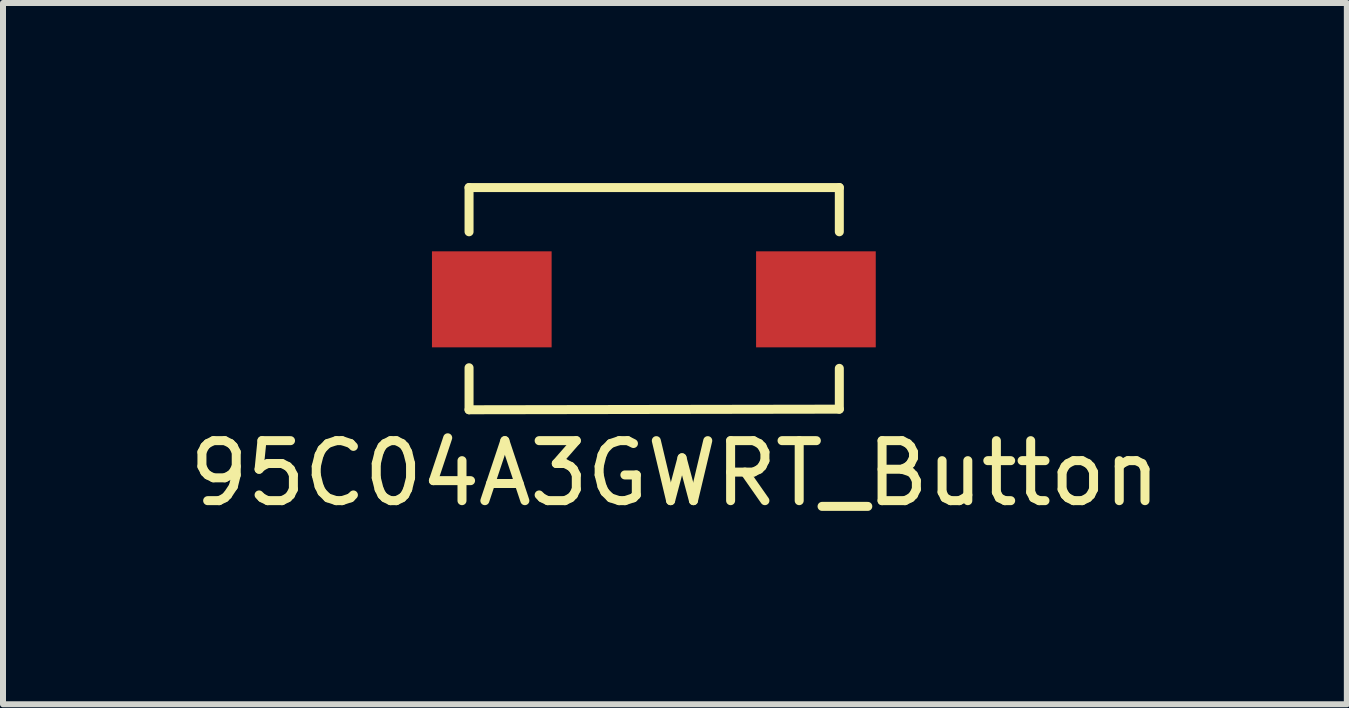
<source format=kicad_pcb>
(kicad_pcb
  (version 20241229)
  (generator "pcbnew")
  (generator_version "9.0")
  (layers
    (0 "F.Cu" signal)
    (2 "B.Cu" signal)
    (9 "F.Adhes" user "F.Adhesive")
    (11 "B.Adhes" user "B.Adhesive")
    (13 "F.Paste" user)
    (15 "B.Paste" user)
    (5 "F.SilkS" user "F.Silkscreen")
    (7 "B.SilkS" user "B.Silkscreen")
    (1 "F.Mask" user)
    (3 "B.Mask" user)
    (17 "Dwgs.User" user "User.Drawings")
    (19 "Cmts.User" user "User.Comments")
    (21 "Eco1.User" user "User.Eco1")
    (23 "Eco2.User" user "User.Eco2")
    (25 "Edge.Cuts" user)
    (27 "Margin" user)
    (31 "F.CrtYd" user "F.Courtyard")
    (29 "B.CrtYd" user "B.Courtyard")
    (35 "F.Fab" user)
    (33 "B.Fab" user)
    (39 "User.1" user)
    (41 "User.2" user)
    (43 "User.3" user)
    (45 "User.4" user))
  (footprint "95C04A3GWRT_Button"
    (layer "F.Cu")
    (at 6.146 1.938)
    (property "Reference" "95C04A3GWRT_Button" (at 2.05 2.9 0) (layer "F.SilkS") (effects (font (size 1 1) (thickness 0.15))))
    (attr through_hole)
    (fp_line (start -1.38 -1.863) (end 4.79 -1.863) (stroke (width 0.15) (type solid)) (layer "F.SilkS"))
    (fp_line (start -1.38 -1.126) (end -1.38 -1.863) (stroke (width 0.15) (type solid)) (layer "F.SilkS"))
    (fp_line (start -1.38 1.84) (end -1.38 1.14) (stroke (width 0.15) (type solid)) (layer "F.SilkS"))
    (fp_line (start 4.79 -1.863) (end 4.79 -1.126) (stroke (width 0.15) (type solid)) (layer "F.SilkS"))
    (fp_line (start 4.79 1.15) (end 4.79 1.83) (stroke (width 0.15) (type solid)) (layer "F.SilkS"))
    (fp_line (start 4.79 1.83) (end -1.38 1.84) (stroke (width 0.15) (type solid)) (layer "F.SilkS"))
    (pad "1" smd rect (at -1.001 0 90) (size 1.6 1.994) (layers "F.Cu" "F.Mask" "F.Paste"))
    (pad "2" smd rect (at 4.4 0 90) (size 1.6 1.994) (layers "F.Cu" "F.Mask" "F.Paste")))
  (gr_rect
    (start -3 -3)
    (end 19.393 8.686)
    (stroke (width 0.1) (type default))
    (fill no)
    (layer "Edge.Cuts")))
</source>
